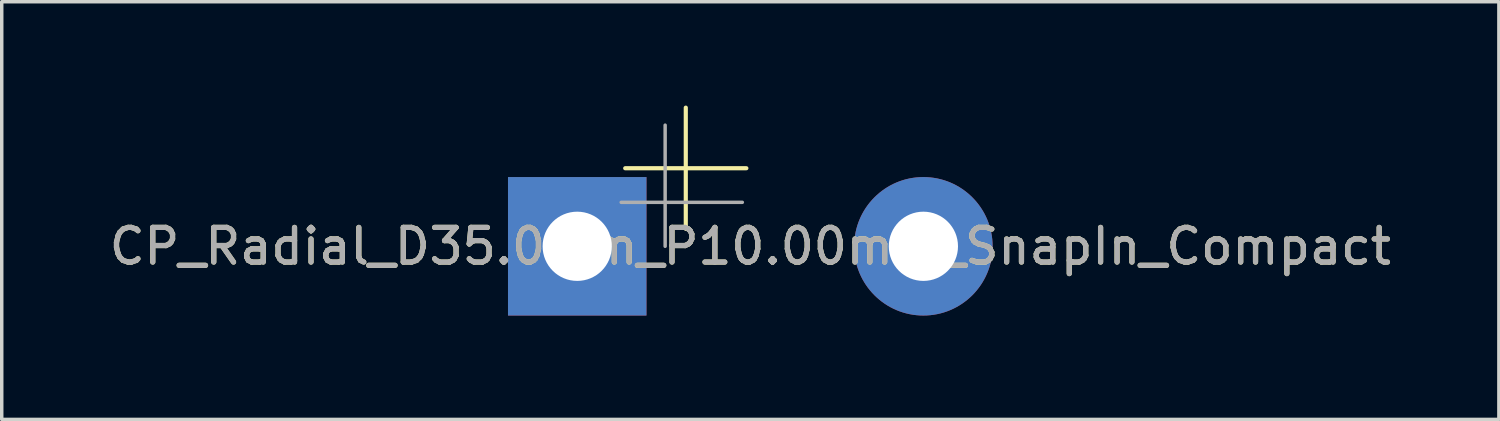
<source format=kicad_pcb>
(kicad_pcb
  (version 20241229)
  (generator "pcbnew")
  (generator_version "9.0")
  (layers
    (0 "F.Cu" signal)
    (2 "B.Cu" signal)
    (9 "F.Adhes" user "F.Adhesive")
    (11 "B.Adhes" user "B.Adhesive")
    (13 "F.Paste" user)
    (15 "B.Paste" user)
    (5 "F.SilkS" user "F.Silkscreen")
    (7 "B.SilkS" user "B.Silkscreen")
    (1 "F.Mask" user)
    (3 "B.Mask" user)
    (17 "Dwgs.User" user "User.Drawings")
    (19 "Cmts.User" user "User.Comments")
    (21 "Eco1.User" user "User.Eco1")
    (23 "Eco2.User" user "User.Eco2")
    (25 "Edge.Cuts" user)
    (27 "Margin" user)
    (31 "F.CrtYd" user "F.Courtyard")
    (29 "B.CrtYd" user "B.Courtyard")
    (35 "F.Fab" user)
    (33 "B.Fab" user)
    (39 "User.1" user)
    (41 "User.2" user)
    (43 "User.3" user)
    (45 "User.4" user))
  (footprint "CP_Radial_D35.0mm_P10.00mm_SnapIn_Compact"
    (layer "F.Cu")
    (at 13.625 4.065)
    (property "Reference" "CP_Radial_D35.0mm_P10.00mm_SnapIn_Compact" (at 5 0 180) (layer "F.SilkS") (effects (font (size 1 1) (thickness 0.15))))
    (attr through_hole)
    (fp_line (start 1.386 -2.255) (end 4.886 -2.255) (stroke (width 0.12) (type solid)) (layer "F.SilkS"))
    (fp_line (start 3.136 -4.005) (end 3.136 -0.505) (stroke (width 0.12) (type solid)) (layer "F.SilkS"))
    (fp_line (start 1.27 -1.27) (end 4.77 -1.27) (stroke (width 0.1) (type solid)) (layer "F.Fab"))
    (fp_line (start 2.54 -3.5) (end 2.54 0) (stroke (width 0.1) (type solid)) (layer "F.Fab"))
    (fp_text user "${REFERENCE}" (at 5 0 180) (layer "F.Fab") (effects (font (size 1 1) (thickness 0.15))))
    (pad "1" thru_hole rect (at 0 0) (size 4 4) (drill 2) (layers "*.Cu" "*.Mask"))
    (pad "2" thru_hole circle (at 10 0) (size 4 4) (drill 2) (layers "*.Cu" "*.Mask")))
  (gr_rect
    (start -3 -3)
    (end 40.25 9.065)
    (stroke (width 0.1) (type default))
    (fill no)
    (layer "Edge.Cuts")))
</source>
